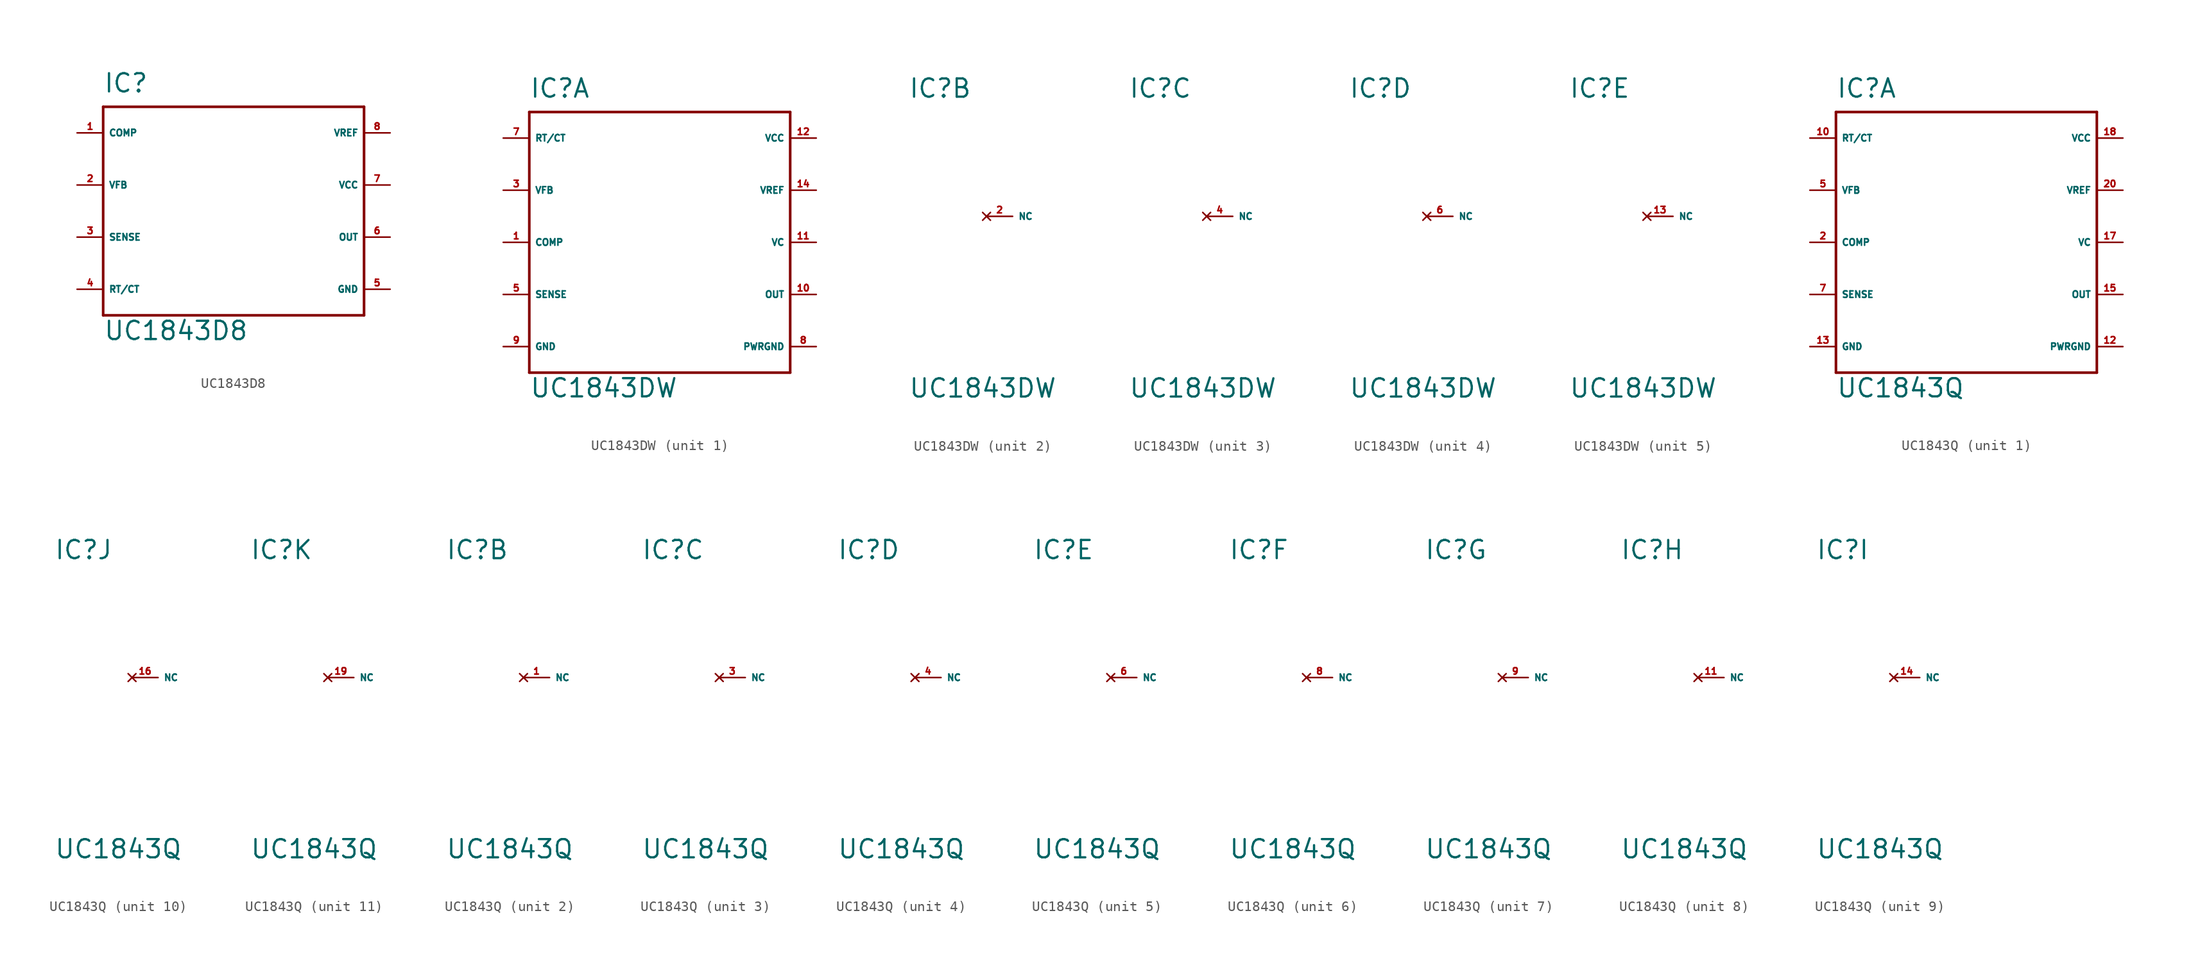
<source format=kicad_sym>
(kicad_symbol_lib
  (version 20220914)
  (generator Eagle2Kicad)
  (symbol "UC1843D8"
    (property "Reference" "IC"
      (at -12.7 11.43 0)
      (effects (font (size 1.778 1.778) (thickness 0.22)) (justify left bottom)))
    (property "Value" "UC1843D8"
      (at -12.7 -12.7 0)
      (effects (font (size 1.778 1.778) (thickness 0.22)) (justify left bottom)))
    (polyline
      (pts (xy -12.7 10.16) (xy 12.7 10.16))
      (stroke (width 0.254) (type default))
      (fill (type none)))
    (polyline
      (pts (xy 12.7 10.16) (xy 12.7 -10.16))
      (stroke (width 0.254) (type default))
      (fill (type none)))
    (polyline
      (pts (xy 12.7 -10.16) (xy -12.7 -10.16))
      (stroke (width 0.254) (type default))
      (fill (type none)))
    (polyline
      (pts (xy -12.7 -10.16) (xy -12.7 10.16))
      (stroke (width 0.254) (type default))
      (fill (type none)))
    (pin passive line
      (at -15.24 7.62 0)
      (length 2.54)
      (name "COMP" (effects (font (size 0.635 0.635) (thickness 0.08)) (justify left bottom)))
      (number "1" (effects (font (size 0.635 0.635) (thickness 0.08)) (justify left bottom))))
    (pin input line
      (at -15.24 -2.54 0)
      (length 2.54)
      (name "SENSE" (effects (font (size 0.635 0.635) (thickness 0.08)) (justify left bottom)))
      (number "3" (effects (font (size 0.635 0.635) (thickness 0.08)) (justify left bottom))))
    (pin passive line
      (at -15.24 -7.62 0)
      (length 2.54)
      (name "RT/CT" (effects (font (size 0.635 0.635) (thickness 0.08)) (justify left bottom)))
      (number "4" (effects (font (size 0.635 0.635) (thickness 0.08)) (justify left bottom))))
    (pin output line
      (at 15.24 -2.54 180)
      (length 2.54)
      (name "OUT" (effects (font (size 0.635 0.635) (thickness 0.08)) (justify left bottom)))
      (number "6" (effects (font (size 0.635 0.635) (thickness 0.08)) (justify left bottom))))
    (pin input line
      (at -15.24 2.54 0)
      (length 2.54)
      (name "VFB" (effects (font (size 0.635 0.635) (thickness 0.08)) (justify left bottom)))
      (number "2" (effects (font (size 0.635 0.635) (thickness 0.08)) (justify left bottom))))
    (pin output line
      (at 15.24 7.62 180)
      (length 2.54)
      (name "VREF" (effects (font (size 0.635 0.635) (thickness 0.08)) (justify left bottom)))
      (number "8" (effects (font (size 0.635 0.635) (thickness 0.08)) (justify left bottom))))
    (pin unspecified line
      (at 15.24 -7.62 180)
      (length 2.54)
      (name "GND" (effects (font (size 0.635 0.635) (thickness 0.08)) (justify left bottom)))
      (number "5" (effects (font (size 0.635 0.635) (thickness 0.08)) (justify left bottom))))
    (pin unspecified line
      (at 15.24 2.54 180)
      (length 2.54)
      (name "VCC" (effects (font (size 0.635 0.635) (thickness 0.08)) (justify left bottom)))
      (number "7" (effects (font (size 0.635 0.635) (thickness 0.08)) (justify left bottom)))))
  (symbol "UC1843DW"
    (property "Reference" "IC"
      (at -12.7 11.43 0)
      (effects (font (size 1.778 1.778) (thickness 0.22)) (justify left bottom)))
    (property "Value" "UC1843DW"
      (at -12.7 -17.78 0)
      (effects (font (size 1.778 1.778) (thickness 0.22)) (justify left bottom)))
    (symbol "UC1843DW_1_0"
      (polyline (pts (xy -12.7 10.16) (xy 12.7 10.16)) (stroke (width 0.254) (type default)) (fill (type none)))
      (polyline (pts (xy 12.7 10.16) (xy 12.7 -15.24)) (stroke (width 0.254) (type default)) (fill (type none)))
      (polyline (pts (xy 12.7 -15.24) (xy -12.7 -15.24)) (stroke (width 0.254) (type default)) (fill (type none)))
      (polyline (pts (xy -12.7 -15.24) (xy -12.7 10.16)) (stroke (width 0.254) (type default)) (fill (type none)))
      (pin passive line (at -15.24 -2.54 0) (length 2.54) (name "COMP" (effects (font (size 0.635 0.635) (thickness 0.08)) (justify left bottom))) (number "1" (effects (font (size 0.635 0.635) (thickness 0.08)) (justify left bottom))))
      (pin input line (at -15.24 -7.62 0) (length 2.54) (name "SENSE" (effects (font (size 0.635 0.635) (thickness 0.08)) (justify left bottom))) (number "5" (effects (font (size 0.635 0.635) (thickness 0.08)) (justify left bottom))))
      (pin passive line (at -15.24 7.62 0) (length 2.54) (name "RT/CT" (effects (font (size 0.635 0.635) (thickness 0.08)) (justify left bottom))) (number "7" (effects (font (size 0.635 0.635) (thickness 0.08)) (justify left bottom))))
      (pin output line (at 15.24 -7.62 180) (length 2.54) (name "OUT" (effects (font (size 0.635 0.635) (thickness 0.08)) (justify left bottom))) (number "10" (effects (font (size 0.635 0.635) (thickness 0.08)) (justify left bottom))))
      (pin input line (at -15.24 2.54 0) (length 2.54) (name "VFB" (effects (font (size 0.635 0.635) (thickness 0.08)) (justify left bottom))) (number "3" (effects (font (size 0.635 0.635) (thickness 0.08)) (justify left bottom))))
      (pin output line (at 15.24 2.54 180) (length 2.54) (name "VREF" (effects (font (size 0.635 0.635) (thickness 0.08)) (justify left bottom))) (number "14" (effects (font (size 0.635 0.635) (thickness 0.08)) (justify left bottom))))
      (pin input line (at 15.24 -2.54 180) (length 2.54) (name "VC" (effects (font (size 0.635 0.635) (thickness 0.08)) (justify left bottom))) (number "11" (effects (font (size 0.635 0.635) (thickness 0.08)) (justify left bottom))))
      (pin unspecified line (at -15.24 -12.7 0) (length 2.54) (name "GND" (effects (font (size 0.635 0.635) (thickness 0.08)) (justify left bottom))) (number "9" (effects (font (size 0.635 0.635) (thickness 0.08)) (justify left bottom))))
      (pin unspecified line (at 15.24 7.62 180) (length 2.54) (name "VCC" (effects (font (size 0.635 0.635) (thickness 0.08)) (justify left bottom))) (number "12" (effects (font (size 0.635 0.635) (thickness 0.08)) (justify left bottom))))
      (pin unspecified line (at 15.24 -12.7 180) (length 2.54) (name "PWRGND" (effects (font (size 0.635 0.635) (thickness 0.08)) (justify left bottom))) (number "8" (effects (font (size 0.635 0.635) (thickness 0.08)) (justify left bottom)))))
    (symbol "UC1843DW_2_0"
      (pin no_connect line (at -5.08 0 0) (length 2.54) (name "NC" (effects (font (size 0.635 0.635) (thickness 0.08)) (justify left bottom) hide)) (number "2" (effects (font (size 0.635 0.635) (thickness 0.08)) (justify left bottom) hide))))
    (symbol "UC1843DW_3_0"
      (pin no_connect line (at -5.08 0 0) (length 2.54) (name "NC" (effects (font (size 0.635 0.635) (thickness 0.08)) (justify left bottom) hide)) (number "4" (effects (font (size 0.635 0.635) (thickness 0.08)) (justify left bottom) hide))))
    (symbol "UC1843DW_4_0"
      (pin no_connect line (at -5.08 0 0) (length 2.54) (name "NC" (effects (font (size 0.635 0.635) (thickness 0.08)) (justify left bottom) hide)) (number "6" (effects (font (size 0.635 0.635) (thickness 0.08)) (justify left bottom) hide))))
    (symbol "UC1843DW_5_0"
      (pin no_connect line (at -5.08 0 0) (length 2.54) (name "NC" (effects (font (size 0.635 0.635) (thickness 0.08)) (justify left bottom) hide)) (number "13" (effects (font (size 0.635 0.635) (thickness 0.08)) (justify left bottom) hide)))))
  (symbol "UC1843Q"
    (property "Reference" "IC"
      (at -12.7 11.43 0)
      (effects (font (size 1.778 1.778) (thickness 0.22)) (justify left bottom)))
    (property "Value" "UC1843Q"
      (at -12.7 -17.78 0)
      (effects (font (size 1.778 1.778) (thickness 0.22)) (justify left bottom)))
    (symbol "UC1843Q_1_0"
      (polyline (pts (xy -12.7 10.16) (xy 12.7 10.16)) (stroke (width 0.254) (type default)) (fill (type none)))
      (polyline (pts (xy 12.7 10.16) (xy 12.7 -15.24)) (stroke (width 0.254) (type default)) (fill (type none)))
      (polyline (pts (xy 12.7 -15.24) (xy -12.7 -15.24)) (stroke (width 0.254) (type default)) (fill (type none)))
      (polyline (pts (xy -12.7 -15.24) (xy -12.7 10.16)) (stroke (width 0.254) (type default)) (fill (type none)))
      (pin passive line (at -15.24 -2.54 0) (length 2.54) (name "COMP" (effects (font (size 0.635 0.635) (thickness 0.08)) (justify left bottom))) (number "2" (effects (font (size 0.635 0.635) (thickness 0.08)) (justify left bottom))))
      (pin input line (at -15.24 -7.62 0) (length 2.54) (name "SENSE" (effects (font (size 0.635 0.635) (thickness 0.08)) (justify left bottom))) (number "7" (effects (font (size 0.635 0.635) (thickness 0.08)) (justify left bottom))))
      (pin passive line (at -15.24 7.62 0) (length 2.54) (name "RT/CT" (effects (font (size 0.635 0.635) (thickness 0.08)) (justify left bottom))) (number "10" (effects (font (size 0.635 0.635) (thickness 0.08)) (justify left bottom))))
      (pin output line (at 15.24 -7.62 180) (length 2.54) (name "OUT" (effects (font (size 0.635 0.635) (thickness 0.08)) (justify left bottom))) (number "15" (effects (font (size 0.635 0.635) (thickness 0.08)) (justify left bottom))))
      (pin input line (at -15.24 2.54 0) (length 2.54) (name "VFB" (effects (font (size 0.635 0.635) (thickness 0.08)) (justify left bottom))) (number "5" (effects (font (size 0.635 0.635) (thickness 0.08)) (justify left bottom))))
      (pin output line (at 15.24 2.54 180) (length 2.54) (name "VREF" (effects (font (size 0.635 0.635) (thickness 0.08)) (justify left bottom))) (number "20" (effects (font (size 0.635 0.635) (thickness 0.08)) (justify left bottom))))
      (pin input line (at 15.24 -2.54 180) (length 2.54) (name "VC" (effects (font (size 0.635 0.635) (thickness 0.08)) (justify left bottom))) (number "17" (effects (font (size 0.635 0.635) (thickness 0.08)) (justify left bottom))))
      (pin unspecified line (at -15.24 -12.7 0) (length 2.54) (name "GND" (effects (font (size 0.635 0.635) (thickness 0.08)) (justify left bottom))) (number "13" (effects (font (size 0.635 0.635) (thickness 0.08)) (justify left bottom))))
      (pin unspecified line (at 15.24 7.62 180) (length 2.54) (name "VCC" (effects (font (size 0.635 0.635) (thickness 0.08)) (justify left bottom))) (number "18" (effects (font (size 0.635 0.635) (thickness 0.08)) (justify left bottom))))
      (pin unspecified line (at 15.24 -12.7 180) (length 2.54) (name "PWRGND" (effects (font (size 0.635 0.635) (thickness 0.08)) (justify left bottom))) (number "12" (effects (font (size 0.635 0.635) (thickness 0.08)) (justify left bottom)))))
    (symbol "UC1843Q_2_0"
      (pin no_connect line (at -5.08 0 0) (length 2.54) (name "NC" (effects (font (size 0.635 0.635) (thickness 0.08)) (justify left bottom) hide)) (number "1" (effects (font (size 0.635 0.635) (thickness 0.08)) (justify left bottom) hide))))
    (symbol "UC1843Q_3_0"
      (pin no_connect line (at -5.08 0 0) (length 2.54) (name "NC" (effects (font (size 0.635 0.635) (thickness 0.08)) (justify left bottom) hide)) (number "3" (effects (font (size 0.635 0.635) (thickness 0.08)) (justify left bottom) hide))))
    (symbol "UC1843Q_4_0"
      (pin no_connect line (at -5.08 0 0) (length 2.54) (name "NC" (effects (font (size 0.635 0.635) (thickness 0.08)) (justify left bottom) hide)) (number "4" (effects (font (size 0.635 0.635) (thickness 0.08)) (justify left bottom) hide))))
    (symbol "UC1843Q_5_0"
      (pin no_connect line (at -5.08 0 0) (length 2.54) (name "NC" (effects (font (size 0.635 0.635) (thickness 0.08)) (justify left bottom) hide)) (number "6" (effects (font (size 0.635 0.635) (thickness 0.08)) (justify left bottom) hide))))
    (symbol "UC1843Q_6_0"
      (pin no_connect line (at -5.08 0 0) (length 2.54) (name "NC" (effects (font (size 0.635 0.635) (thickness 0.08)) (justify left bottom) hide)) (number "8" (effects (font (size 0.635 0.635) (thickness 0.08)) (justify left bottom) hide))))
    (symbol "UC1843Q_7_0"
      (pin no_connect line (at -5.08 0 0) (length 2.54) (name "NC" (effects (font (size 0.635 0.635) (thickness 0.08)) (justify left bottom) hide)) (number "9" (effects (font (size 0.635 0.635) (thickness 0.08)) (justify left bottom) hide))))
    (symbol "UC1843Q_8_0"
      (pin no_connect line (at -5.08 0 0) (length 2.54) (name "NC" (effects (font (size 0.635 0.635) (thickness 0.08)) (justify left bottom) hide)) (number "11" (effects (font (size 0.635 0.635) (thickness 0.08)) (justify left bottom) hide))))
    (symbol "UC1843Q_9_0"
      (pin no_connect line (at -5.08 0 0) (length 2.54) (name "NC" (effects (font (size 0.635 0.635) (thickness 0.08)) (justify left bottom) hide)) (number "14" (effects (font (size 0.635 0.635) (thickness 0.08)) (justify left bottom) hide))))
    (symbol "UC1843Q_10_0"
      (pin no_connect line (at -5.08 0 0) (length 2.54) (name "NC" (effects (font (size 0.635 0.635) (thickness 0.08)) (justify left bottom) hide)) (number "16" (effects (font (size 0.635 0.635) (thickness 0.08)) (justify left bottom) hide))))
    (symbol "UC1843Q_11_0"
      (pin no_connect line (at -5.08 0 0) (length 2.54) (name "NC" (effects (font (size 0.635 0.635) (thickness 0.08)) (justify left bottom) hide)) (number "19" (effects (font (size 0.635 0.635) (thickness 0.08)) (justify left bottom) hide))))))
</source>
